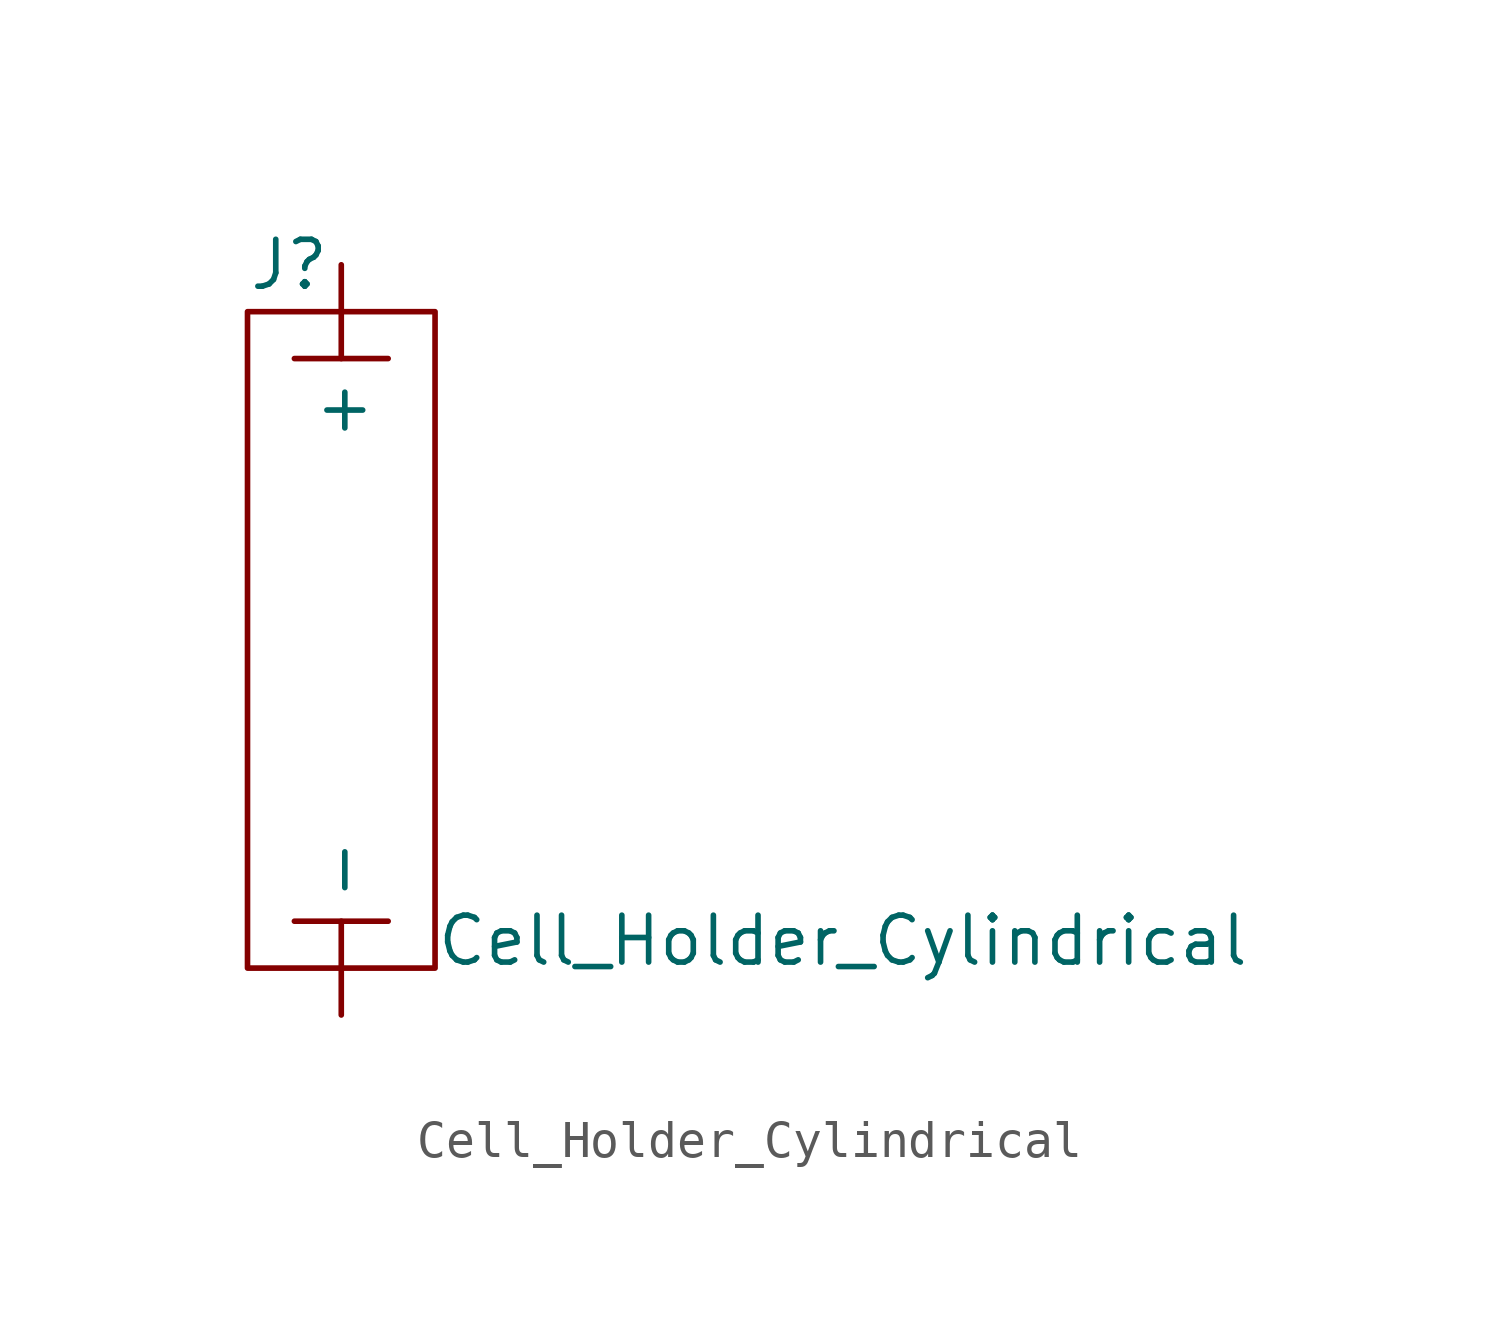
<source format=kicad_sym>
(kicad_symbol_lib
  (version 20211014)
  (generator kicad_symbol_editor)
  (symbol "Cell_Holder_Cylindrical"
    (pin_numbers hide)
    (property "Reference" "J"
      (at -2.54 10.16 0)
      (effects (font (size 1.27 1.27)) (justify left)))
    (property "Value" "Cell_Holder_Cylindrical"
      (at 2.54 -8.89 0)
      (effects (font (size 1.27 1.27)) (justify left bottom)))
    (property "Supplier" ""
      (at 0 0 0)
      (effects (font (size 1.27 1.27))))
    (property "Supplier_Link" ""
      (at 0 0 0)
      (effects (font (size 1.27 1.27))))
    (symbol "Cell_Holder_Cylindrical_0_1"
      (rectangle (start -2.54 8.89) (end 2.54 -8.89) (stroke (width 0) (type default) (color 0 0 0 0)) (fill (type none)))
      (polyline (pts (xy -1.27 -7.62) (xy 1.27 -7.62)) (stroke (width 0) (type default) (color 0 0 0 0)) (fill (type none)))
      (polyline (pts (xy -1.27 7.62) (xy 1.27 7.62)) (stroke (width 0) (type default) (color 0 0 0 0)) (fill (type none))))
    (symbol "Cell_Holder_Cylindrical_1_1"
      (pin power_in line (at 0 10.16 270) (length 2.54) (name "+" (effects (font (size 1.27 1.27)))) (number "1" (effects (font (size 1.27 1.27)))))
      (pin power_in line (at 0 -10.16 90) (length 2.54) (name "-" (effects (font (size 1.27 1.27)))) (number "2" (effects (font (size 1.27 1.27))))))))
</source>
